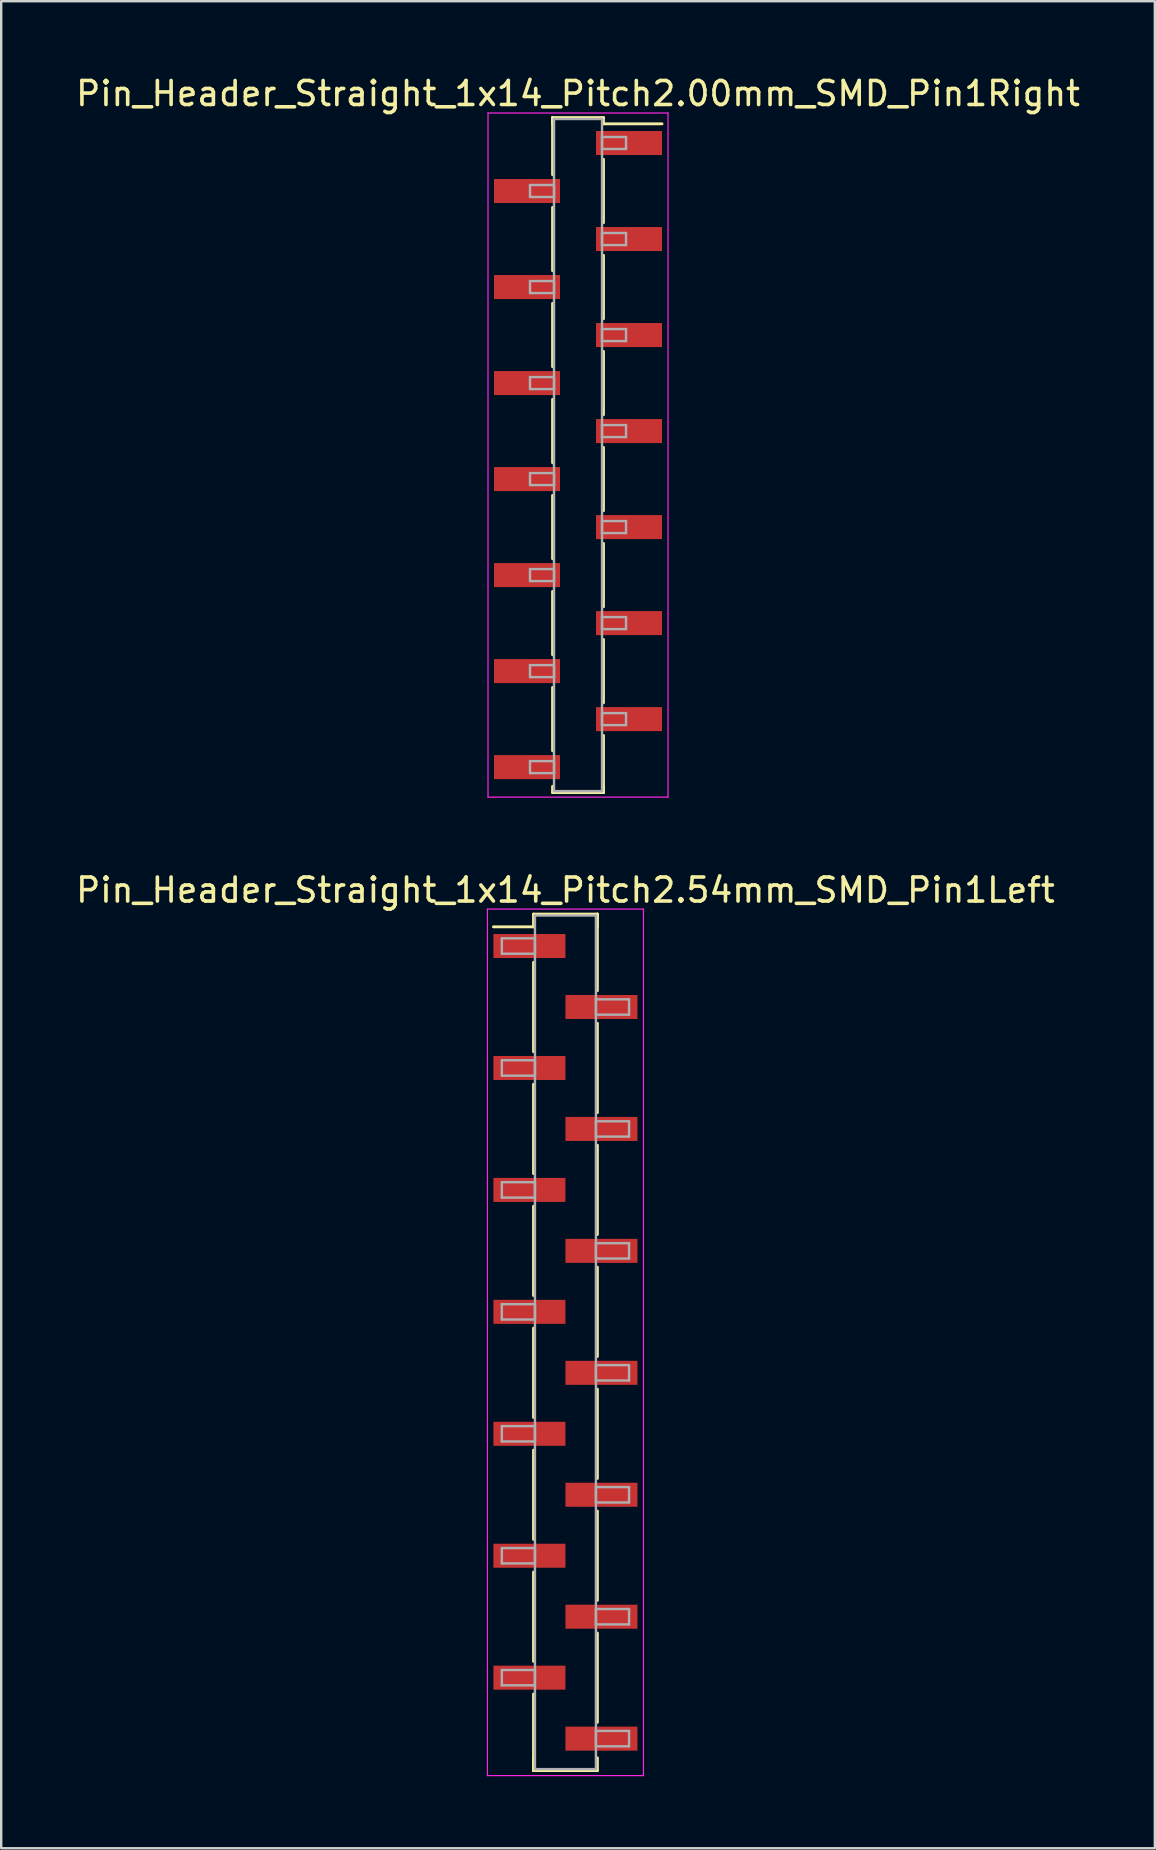
<source format=kicad_pcb>
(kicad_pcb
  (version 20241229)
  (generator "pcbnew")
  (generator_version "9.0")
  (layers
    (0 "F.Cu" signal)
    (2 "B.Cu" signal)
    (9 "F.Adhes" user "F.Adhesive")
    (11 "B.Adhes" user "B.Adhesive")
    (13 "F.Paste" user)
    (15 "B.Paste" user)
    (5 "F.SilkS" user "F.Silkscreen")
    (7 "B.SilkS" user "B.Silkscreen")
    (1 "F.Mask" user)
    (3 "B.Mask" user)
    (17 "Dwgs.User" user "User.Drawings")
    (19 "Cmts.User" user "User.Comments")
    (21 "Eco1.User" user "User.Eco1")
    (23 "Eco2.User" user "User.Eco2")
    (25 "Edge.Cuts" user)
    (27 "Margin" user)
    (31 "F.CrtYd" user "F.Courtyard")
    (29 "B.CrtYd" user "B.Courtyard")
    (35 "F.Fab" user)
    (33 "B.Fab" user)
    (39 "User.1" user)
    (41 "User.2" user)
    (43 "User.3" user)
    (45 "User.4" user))
  (footprint "Pin_Header_Straight_1x14_Pitch2.54mm_SMD_Pin1Left"
    (layer "F.Cu")
    (at 20.506 52.871)
    (property "Reference" "Pin_Header_Straight_1x14_Pitch2.54mm_SMD_Pin1Left" (at 0 -18.84 0) (layer "F.SilkS") (effects (font (size 1 1) (thickness 0.15))))
    (attr smd)
    (fp_line (start -1.33 -17.84) (end 1.33 -17.84) (stroke (width 0.12) (type solid)) (layer "F.SilkS"))
    (fp_line (start -1.33 -17.31) (end -3 -17.31) (stroke (width 0.12) (type solid)) (layer "F.SilkS"))
    (fp_line (start -1.33 -17.31) (end -1.33 -17.84) (stroke (width 0.12) (type solid)) (layer "F.SilkS"))
    (fp_line (start -1.33 -15.83) (end -1.33 -12.11) (stroke (width 0.12) (type solid)) (layer "F.SilkS"))
    (fp_line (start -1.33 -10.75) (end -1.33 -7.03) (stroke (width 0.12) (type solid)) (layer "F.SilkS"))
    (fp_line (start -1.33 -5.67) (end -1.33 -1.95) (stroke (width 0.12) (type solid)) (layer "F.SilkS"))
    (fp_line (start -1.33 -0.59) (end -1.33 3.13) (stroke (width 0.12) (type solid)) (layer "F.SilkS"))
    (fp_line (start -1.33 4.49) (end -1.33 8.21) (stroke (width 0.12) (type solid)) (layer "F.SilkS"))
    (fp_line (start -1.33 9.57) (end -1.33 13.29) (stroke (width 0.12) (type solid)) (layer "F.SilkS"))
    (fp_line (start -1.33 14.65) (end -1.33 17.84) (stroke (width 0.12) (type solid)) (layer "F.SilkS"))
    (fp_line (start -1.33 17.31) (end -1.33 17.84) (stroke (width 0.12) (type solid)) (layer "F.SilkS"))
    (fp_line (start -1.33 17.84) (end 1.33 17.84) (stroke (width 0.12) (type solid)) (layer "F.SilkS"))
    (fp_line (start 1.33 -17.84) (end 1.33 -17.31) (stroke (width 0.12) (type solid)) (layer "F.SilkS"))
    (fp_line (start 1.33 -17.84) (end 1.33 -14.65) (stroke (width 0.12) (type solid)) (layer "F.SilkS"))
    (fp_line (start 1.33 -13.29) (end 1.33 -9.57) (stroke (width 0.12) (type solid)) (layer "F.SilkS"))
    (fp_line (start 1.33 -8.21) (end 1.33 -4.49) (stroke (width 0.12) (type solid)) (layer "F.SilkS"))
    (fp_line (start 1.33 -3.13) (end 1.33 0.59) (stroke (width 0.12) (type solid)) (layer "F.SilkS"))
    (fp_line (start 1.33 1.95) (end 1.33 5.67) (stroke (width 0.12) (type solid)) (layer "F.SilkS"))
    (fp_line (start 1.33 7.03) (end 1.33 10.75) (stroke (width 0.12) (type solid)) (layer "F.SilkS"))
    (fp_line (start 1.33 12.11) (end 1.33 15.83) (stroke (width 0.12) (type solid)) (layer "F.SilkS"))
    (fp_line (start 1.33 17.84) (end 1.33 17.31) (stroke (width 0.12) (type solid)) (layer "F.SilkS"))
    (fp_line (start -3.25 -18.05) (end -3.25 18.05) (stroke (width 0.05) (type solid)) (layer "F.CrtYd"))
    (fp_line (start -3.25 18.05) (end 3.25 18.05) (stroke (width 0.05) (type solid)) (layer "F.CrtYd"))
    (fp_line (start 3.25 -18.05) (end -3.25 -18.05) (stroke (width 0.05) (type solid)) (layer "F.CrtYd"))
    (fp_line (start 3.25 18.05) (end 3.25 -18.05) (stroke (width 0.05) (type solid)) (layer "F.CrtYd"))
    (fp_line (start -2.65 -16.83) (end -1.27 -16.83) (stroke (width 0.1) (type solid)) (layer "F.Fab"))
    (fp_line (start -2.65 -16.19) (end -2.65 -16.83) (stroke (width 0.1) (type solid)) (layer "F.Fab"))
    (fp_line (start -2.65 -11.75) (end -1.27 -11.75) (stroke (width 0.1) (type solid)) (layer "F.Fab"))
    (fp_line (start -2.65 -11.11) (end -2.65 -11.75) (stroke (width 0.1) (type solid)) (layer "F.Fab"))
    (fp_line (start -2.65 -6.67) (end -1.27 -6.67) (stroke (width 0.1) (type solid)) (layer "F.Fab"))
    (fp_line (start -2.65 -6.03) (end -2.65 -6.67) (stroke (width 0.1) (type solid)) (layer "F.Fab"))
    (fp_line (start -2.65 -1.59) (end -1.27 -1.59) (stroke (width 0.1) (type solid)) (layer "F.Fab"))
    (fp_line (start -2.65 -0.95) (end -2.65 -1.59) (stroke (width 0.1) (type solid)) (layer "F.Fab"))
    (fp_line (start -2.65 3.49) (end -1.27 3.49) (stroke (width 0.1) (type solid)) (layer "F.Fab"))
    (fp_line (start -2.65 4.13) (end -2.65 3.49) (stroke (width 0.1) (type solid)) (layer "F.Fab"))
    (fp_line (start -2.65 8.57) (end -1.27 8.57) (stroke (width 0.1) (type solid)) (layer "F.Fab"))
    (fp_line (start -2.65 9.21) (end -2.65 8.57) (stroke (width 0.1) (type solid)) (layer "F.Fab"))
    (fp_line (start -2.65 13.65) (end -1.27 13.65) (stroke (width 0.1) (type solid)) (layer "F.Fab"))
    (fp_line (start -2.65 14.29) (end -2.65 13.65) (stroke (width 0.1) (type solid)) (layer "F.Fab"))
    (fp_line (start -1.27 -17.78) (end -1.27 17.78) (stroke (width 0.1) (type solid)) (layer "F.Fab"))
    (fp_line (start -1.27 -16.83) (end -1.27 -16.19) (stroke (width 0.1) (type solid)) (layer "F.Fab"))
    (fp_line (start -1.27 -16.19) (end -2.65 -16.19) (stroke (width 0.1) (type solid)) (layer "F.Fab"))
    (fp_line (start -1.27 -11.75) (end -1.27 -11.11) (stroke (width 0.1) (type solid)) (layer "F.Fab"))
    (fp_line (start -1.27 -11.11) (end -2.65 -11.11) (stroke (width 0.1) (type solid)) (layer "F.Fab"))
    (fp_line (start -1.27 -6.67) (end -1.27 -6.03) (stroke (width 0.1) (type solid)) (layer "F.Fab"))
    (fp_line (start -1.27 -6.03) (end -2.65 -6.03) (stroke (width 0.1) (type solid)) (layer "F.Fab"))
    (fp_line (start -1.27 -1.59) (end -1.27 -0.95) (stroke (width 0.1) (type solid)) (layer "F.Fab"))
    (fp_line (start -1.27 -0.95) (end -2.65 -0.95) (stroke (width 0.1) (type solid)) (layer "F.Fab"))
    (fp_line (start -1.27 3.49) (end -1.27 4.13) (stroke (width 0.1) (type solid)) (layer "F.Fab"))
    (fp_line (start -1.27 4.13) (end -2.65 4.13) (stroke (width 0.1) (type solid)) (layer "F.Fab"))
    (fp_line (start -1.27 8.57) (end -1.27 9.21) (stroke (width 0.1) (type solid)) (layer "F.Fab"))
    (fp_line (start -1.27 9.21) (end -2.65 9.21) (stroke (width 0.1) (type solid)) (layer "F.Fab"))
    (fp_line (start -1.27 13.65) (end -1.27 14.29) (stroke (width 0.1) (type solid)) (layer "F.Fab"))
    (fp_line (start -1.27 14.29) (end -2.65 14.29) (stroke (width 0.1) (type solid)) (layer "F.Fab"))
    (fp_line (start -1.27 17.78) (end 1.27 17.78) (stroke (width 0.1) (type solid)) (layer "F.Fab"))
    (fp_line (start 1.27 -17.78) (end -1.27 -17.78) (stroke (width 0.1) (type solid)) (layer "F.Fab"))
    (fp_line (start 1.27 -14.29) (end 1.27 -13.65) (stroke (width 0.1) (type solid)) (layer "F.Fab"))
    (fp_line (start 1.27 -13.65) (end 2.65 -13.65) (stroke (width 0.1) (type solid)) (layer "F.Fab"))
    (fp_line (start 1.27 -9.21) (end 1.27 -8.57) (stroke (width 0.1) (type solid)) (layer "F.Fab"))
    (fp_line (start 1.27 -8.57) (end 2.65 -8.57) (stroke (width 0.1) (type solid)) (layer "F.Fab"))
    (fp_line (start 1.27 -4.13) (end 1.27 -3.49) (stroke (width 0.1) (type solid)) (layer "F.Fab"))
    (fp_line (start 1.27 -3.49) (end 2.65 -3.49) (stroke (width 0.1) (type solid)) (layer "F.Fab"))
    (fp_line (start 1.27 0.95) (end 1.27 1.59) (stroke (width 0.1) (type solid)) (layer "F.Fab"))
    (fp_line (start 1.27 1.59) (end 2.65 1.59) (stroke (width 0.1) (type solid)) (layer "F.Fab"))
    (fp_line (start 1.27 6.03) (end 1.27 6.67) (stroke (width 0.1) (type solid)) (layer "F.Fab"))
    (fp_line (start 1.27 6.67) (end 2.65 6.67) (stroke (width 0.1) (type solid)) (layer "F.Fab"))
    (fp_line (start 1.27 11.11) (end 1.27 11.75) (stroke (width 0.1) (type solid)) (layer "F.Fab"))
    (fp_line (start 1.27 11.75) (end 2.65 11.75) (stroke (width 0.1) (type solid)) (layer "F.Fab"))
    (fp_line (start 1.27 16.19) (end 1.27 16.83) (stroke (width 0.1) (type solid)) (layer "F.Fab"))
    (fp_line (start 1.27 16.83) (end 2.65 16.83) (stroke (width 0.1) (type solid)) (layer "F.Fab"))
    (fp_line (start 1.27 17.78) (end 1.27 -17.78) (stroke (width 0.1) (type solid)) (layer "F.Fab"))
    (fp_line (start 2.65 -14.29) (end 1.27 -14.29) (stroke (width 0.1) (type solid)) (layer "F.Fab"))
    (fp_line (start 2.65 -13.65) (end 2.65 -14.29) (stroke (width 0.1) (type solid)) (layer "F.Fab"))
    (fp_line (start 2.65 -9.21) (end 1.27 -9.21) (stroke (width 0.1) (type solid)) (layer "F.Fab"))
    (fp_line (start 2.65 -8.57) (end 2.65 -9.21) (stroke (width 0.1) (type solid)) (layer "F.Fab"))
    (fp_line (start 2.65 -4.13) (end 1.27 -4.13) (stroke (width 0.1) (type solid)) (layer "F.Fab"))
    (fp_line (start 2.65 -3.49) (end 2.65 -4.13) (stroke (width 0.1) (type solid)) (layer "F.Fab"))
    (fp_line (start 2.65 0.95) (end 1.27 0.95) (stroke (width 0.1) (type solid)) (layer "F.Fab"))
    (fp_line (start 2.65 1.59) (end 2.65 0.95) (stroke (width 0.1) (type solid)) (layer "F.Fab"))
    (fp_line (start 2.65 6.03) (end 1.27 6.03) (stroke (width 0.1) (type solid)) (layer "F.Fab"))
    (fp_line (start 2.65 6.67) (end 2.65 6.03) (stroke (width 0.1) (type solid)) (layer "F.Fab"))
    (fp_line (start 2.65 11.11) (end 1.27 11.11) (stroke (width 0.1) (type solid)) (layer "F.Fab"))
    (fp_line (start 2.65 11.75) (end 2.65 11.11) (stroke (width 0.1) (type solid)) (layer "F.Fab"))
    (fp_line (start 2.65 16.19) (end 1.27 16.19) (stroke (width 0.1) (type solid)) (layer "F.Fab"))
    (fp_line (start 2.65 16.83) (end 2.65 16.19) (stroke (width 0.1) (type solid)) (layer "F.Fab"))
    (pad "1" smd rect (at -1.5 -16.51) (size 3 1) (layers "F.Cu" "F.Mask"))
    (pad "2" smd rect (at 1.5 -13.97) (size 3 1) (layers "F.Cu" "F.Mask"))
    (pad "3" smd rect (at -1.5 -11.43) (size 3 1) (layers "F.Cu" "F.Mask"))
    (pad "4" smd rect (at 1.5 -8.89) (size 3 1) (layers "F.Cu" "F.Mask"))
    (pad "5" smd rect (at -1.5 -6.35) (size 3 1) (layers "F.Cu" "F.Mask"))
    (pad "6" smd rect (at 1.5 -3.81) (size 3 1) (layers "F.Cu" "F.Mask"))
    (pad "7" smd rect (at -1.5 -1.27) (size 3 1) (layers "F.Cu" "F.Mask"))
    (pad "8" smd rect (at 1.5 1.27) (size 3 1) (layers "F.Cu" "F.Mask"))
    (pad "9" smd rect (at -1.5 3.81) (size 3 1) (layers "F.Cu" "F.Mask"))
    (pad "10" smd rect (at 1.5 6.35) (size 3 1) (layers "F.Cu" "F.Mask"))
    (pad "11" smd rect (at -1.5 8.89) (size 3 1) (layers "F.Cu" "F.Mask"))
    (pad "12" smd rect (at 1.5 11.43) (size 3 1) (layers "F.Cu" "F.Mask"))
    (pad "13" smd rect (at -1.5 13.97) (size 3 1) (layers "F.Cu" "F.Mask"))
    (pad "14" smd rect (at 1.5 16.51) (size 3 1) (layers "F.Cu" "F.Mask")))
  (footprint "Pin_Header_Straight_1x14_Pitch2.00mm_SMD_Pin1Right"
    (layer "F.Cu")
    (at 21.03 15.908)
    (property "Reference" "Pin_Header_Straight_1x14_Pitch2.00mm_SMD_Pin1Right" (at 0 -15.06 0) (layer "F.SilkS") (effects (font (size 1 1) (thickness 0.15))))
    (attr smd)
    (fp_line (start -1.06 -14.06) (end -1.06 -11.68) (stroke (width 0.12) (type solid)) (layer "F.SilkS"))
    (fp_line (start -1.06 -14.06) (end 1.06 -14.06) (stroke (width 0.12) (type solid)) (layer "F.SilkS"))
    (fp_line (start -1.06 -13.8) (end -1.06 -14.06) (stroke (width 0.12) (type solid)) (layer "F.SilkS"))
    (fp_line (start -1.06 -10.32) (end -1.06 -7.68) (stroke (width 0.12) (type solid)) (layer "F.SilkS"))
    (fp_line (start -1.06 -6.32) (end -1.06 -3.68) (stroke (width 0.12) (type solid)) (layer "F.SilkS"))
    (fp_line (start -1.06 -2.32) (end -1.06 0.32) (stroke (width 0.12) (type solid)) (layer "F.SilkS"))
    (fp_line (start -1.06 1.68) (end -1.06 4.32) (stroke (width 0.12) (type solid)) (layer "F.SilkS"))
    (fp_line (start -1.06 5.68) (end -1.06 8.32) (stroke (width 0.12) (type solid)) (layer "F.SilkS"))
    (fp_line (start -1.06 9.68) (end -1.06 12.32) (stroke (width 0.12) (type solid)) (layer "F.SilkS"))
    (fp_line (start -1.06 13.8) (end -1.06 14.06) (stroke (width 0.12) (type solid)) (layer "F.SilkS"))
    (fp_line (start -1.06 14.06) (end 1.06 14.06) (stroke (width 0.12) (type solid)) (layer "F.SilkS"))
    (fp_line (start 1.06 -14.06) (end 1.06 -13.8) (stroke (width 0.12) (type solid)) (layer "F.SilkS"))
    (fp_line (start 1.06 -13.8) (end 3.5 -13.8) (stroke (width 0.12) (type solid)) (layer "F.SilkS"))
    (fp_line (start 1.06 -12.32) (end 1.06 -9.68) (stroke (width 0.12) (type solid)) (layer "F.SilkS"))
    (fp_line (start 1.06 -8.32) (end 1.06 -5.68) (stroke (width 0.12) (type solid)) (layer "F.SilkS"))
    (fp_line (start 1.06 -4.32) (end 1.06 -1.68) (stroke (width 0.12) (type solid)) (layer "F.SilkS"))
    (fp_line (start 1.06 -0.32) (end 1.06 2.32) (stroke (width 0.12) (type solid)) (layer "F.SilkS"))
    (fp_line (start 1.06 3.68) (end 1.06 6.32) (stroke (width 0.12) (type solid)) (layer "F.SilkS"))
    (fp_line (start 1.06 7.68) (end 1.06 10.32) (stroke (width 0.12) (type solid)) (layer "F.SilkS"))
    (fp_line (start 1.06 11.68) (end 1.06 14.06) (stroke (width 0.12) (type solid)) (layer "F.SilkS"))
    (fp_line (start 1.06 14.06) (end 1.06 13.8) (stroke (width 0.12) (type solid)) (layer "F.SilkS"))
    (fp_line (start -3.75 -14.25) (end -3.75 14.25) (stroke (width 0.05) (type solid)) (layer "F.CrtYd"))
    (fp_line (start -3.75 14.25) (end 3.75 14.25) (stroke (width 0.05) (type solid)) (layer "F.CrtYd"))
    (fp_line (start 3.75 -14.25) (end -3.75 -14.25) (stroke (width 0.05) (type solid)) (layer "F.CrtYd"))
    (fp_line (start 3.75 14.25) (end 3.75 -14.25) (stroke (width 0.05) (type solid)) (layer "F.CrtYd"))
    (fp_line (start -2 -11.25) (end -1 -11.25) (stroke (width 0.1) (type solid)) (layer "F.Fab"))
    (fp_line (start -2 -10.75) (end -2 -11.25) (stroke (width 0.1) (type solid)) (layer "F.Fab"))
    (fp_line (start -2 -7.25) (end -1 -7.25) (stroke (width 0.1) (type solid)) (layer "F.Fab"))
    (fp_line (start -2 -6.75) (end -2 -7.25) (stroke (width 0.1) (type solid)) (layer "F.Fab"))
    (fp_line (start -2 -3.25) (end -1 -3.25) (stroke (width 0.1) (type solid)) (layer "F.Fab"))
    (fp_line (start -2 -2.75) (end -2 -3.25) (stroke (width 0.1) (type solid)) (layer "F.Fab"))
    (fp_line (start -2 0.75) (end -1 0.75) (stroke (width 0.1) (type solid)) (layer "F.Fab"))
    (fp_line (start -2 1.25) (end -2 0.75) (stroke (width 0.1) (type solid)) (layer "F.Fab"))
    (fp_line (start -2 4.75) (end -1 4.75) (stroke (width 0.1) (type solid)) (layer "F.Fab"))
    (fp_line (start -2 5.25) (end -2 4.75) (stroke (width 0.1) (type solid)) (layer "F.Fab"))
    (fp_line (start -2 8.75) (end -1 8.75) (stroke (width 0.1) (type solid)) (layer "F.Fab"))
    (fp_line (start -2 9.25) (end -2 8.75) (stroke (width 0.1) (type solid)) (layer "F.Fab"))
    (fp_line (start -2 12.75) (end -1 12.75) (stroke (width 0.1) (type solid)) (layer "F.Fab"))
    (fp_line (start -2 13.25) (end -2 12.75) (stroke (width 0.1) (type solid)) (layer "F.Fab"))
    (fp_line (start -1 -14) (end -1 14) (stroke (width 0.1) (type solid)) (layer "F.Fab"))
    (fp_line (start -1 -11.25) (end -1 -10.75) (stroke (width 0.1) (type solid)) (layer "F.Fab"))
    (fp_line (start -1 -10.75) (end -2 -10.75) (stroke (width 0.1) (type solid)) (layer "F.Fab"))
    (fp_line (start -1 -7.25) (end -1 -6.75) (stroke (width 0.1) (type solid)) (layer "F.Fab"))
    (fp_line (start -1 -6.75) (end -2 -6.75) (stroke (width 0.1) (type solid)) (layer "F.Fab"))
    (fp_line (start -1 -3.25) (end -1 -2.75) (stroke (width 0.1) (type solid)) (layer "F.Fab"))
    (fp_line (start -1 -2.75) (end -2 -2.75) (stroke (width 0.1) (type solid)) (layer "F.Fab"))
    (fp_line (start -1 0.75) (end -1 1.25) (stroke (width 0.1) (type solid)) (layer "F.Fab"))
    (fp_line (start -1 1.25) (end -2 1.25) (stroke (width 0.1) (type solid)) (layer "F.Fab"))
    (fp_line (start -1 4.75) (end -1 5.25) (stroke (width 0.1) (type solid)) (layer "F.Fab"))
    (fp_line (start -1 5.25) (end -2 5.25) (stroke (width 0.1) (type solid)) (layer "F.Fab"))
    (fp_line (start -1 8.75) (end -1 9.25) (stroke (width 0.1) (type solid)) (layer "F.Fab"))
    (fp_line (start -1 9.25) (end -2 9.25) (stroke (width 0.1) (type solid)) (layer "F.Fab"))
    (fp_line (start -1 12.75) (end -1 13.25) (stroke (width 0.1) (type solid)) (layer "F.Fab"))
    (fp_line (start -1 13.25) (end -2 13.25) (stroke (width 0.1) (type solid)) (layer "F.Fab"))
    (fp_line (start -1 14) (end 1 14) (stroke (width 0.1) (type solid)) (layer "F.Fab"))
    (fp_line (start 1 -14) (end -1 -14) (stroke (width 0.1) (type solid)) (layer "F.Fab"))
    (fp_line (start 1 -13.25) (end 1 -12.75) (stroke (width 0.1) (type solid)) (layer "F.Fab"))
    (fp_line (start 1 -12.75) (end 2 -12.75) (stroke (width 0.1) (type solid)) (layer "F.Fab"))
    (fp_line (start 1 -9.25) (end 1 -8.75) (stroke (width 0.1) (type solid)) (layer "F.Fab"))
    (fp_line (start 1 -8.75) (end 2 -8.75) (stroke (width 0.1) (type solid)) (layer "F.Fab"))
    (fp_line (start 1 -5.25) (end 1 -4.75) (stroke (width 0.1) (type solid)) (layer "F.Fab"))
    (fp_line (start 1 -4.75) (end 2 -4.75) (stroke (width 0.1) (type solid)) (layer "F.Fab"))
    (fp_line (start 1 -1.25) (end 1 -0.75) (stroke (width 0.1) (type solid)) (layer "F.Fab"))
    (fp_line (start 1 -0.75) (end 2 -0.75) (stroke (width 0.1) (type solid)) (layer "F.Fab"))
    (fp_line (start 1 2.75) (end 1 3.25) (stroke (width 0.1) (type solid)) (layer "F.Fab"))
    (fp_line (start 1 3.25) (end 2 3.25) (stroke (width 0.1) (type solid)) (layer "F.Fab"))
    (fp_line (start 1 6.75) (end 1 7.25) (stroke (width 0.1) (type solid)) (layer "F.Fab"))
    (fp_line (start 1 7.25) (end 2 7.25) (stroke (width 0.1) (type solid)) (layer "F.Fab"))
    (fp_line (start 1 10.75) (end 1 11.25) (stroke (width 0.1) (type solid)) (layer "F.Fab"))
    (fp_line (start 1 11.25) (end 2 11.25) (stroke (width 0.1) (type solid)) (layer "F.Fab"))
    (fp_line (start 1 14) (end 1 -14) (stroke (width 0.1) (type solid)) (layer "F.Fab"))
    (fp_line (start 2 -13.25) (end 1 -13.25) (stroke (width 0.1) (type solid)) (layer "F.Fab"))
    (fp_line (start 2 -12.75) (end 2 -13.25) (stroke (width 0.1) (type solid)) (layer "F.Fab"))
    (fp_line (start 2 -9.25) (end 1 -9.25) (stroke (width 0.1) (type solid)) (layer "F.Fab"))
    (fp_line (start 2 -8.75) (end 2 -9.25) (stroke (width 0.1) (type solid)) (layer "F.Fab"))
    (fp_line (start 2 -5.25) (end 1 -5.25) (stroke (width 0.1) (type solid)) (layer "F.Fab"))
    (fp_line (start 2 -4.75) (end 2 -5.25) (stroke (width 0.1) (type solid)) (layer "F.Fab"))
    (fp_line (start 2 -1.25) (end 1 -1.25) (stroke (width 0.1) (type solid)) (layer "F.Fab"))
    (fp_line (start 2 -0.75) (end 2 -1.25) (stroke (width 0.1) (type solid)) (layer "F.Fab"))
    (fp_line (start 2 2.75) (end 1 2.75) (stroke (width 0.1) (type solid)) (layer "F.Fab"))
    (fp_line (start 2 3.25) (end 2 2.75) (stroke (width 0.1) (type solid)) (layer "F.Fab"))
    (fp_line (start 2 6.75) (end 1 6.75) (stroke (width 0.1) (type solid)) (layer "F.Fab"))
    (fp_line (start 2 7.25) (end 2 6.75) (stroke (width 0.1) (type solid)) (layer "F.Fab"))
    (fp_line (start 2 10.75) (end 1 10.75) (stroke (width 0.1) (type solid)) (layer "F.Fab"))
    (fp_line (start 2 11.25) (end 2 10.75) (stroke (width 0.1) (type solid)) (layer "F.Fab"))
    (pad "1" smd rect (at 2.125 -13) (size 2.75 1) (layers "F.Cu" "F.Mask"))
    (pad "2" smd rect (at -2.125 -11) (size 2.75 1) (layers "F.Cu" "F.Mask"))
    (pad "3" smd rect (at 2.125 -9) (size 2.75 1) (layers "F.Cu" "F.Mask"))
    (pad "4" smd rect (at -2.125 -7) (size 2.75 1) (layers "F.Cu" "F.Mask"))
    (pad "5" smd rect (at 2.125 -5) (size 2.75 1) (layers "F.Cu" "F.Mask"))
    (pad "6" smd rect (at -2.125 -3) (size 2.75 1) (layers "F.Cu" "F.Mask"))
    (pad "7" smd rect (at 2.125 -1) (size 2.75 1) (layers "F.Cu" "F.Mask"))
    (pad "8" smd rect (at -2.125 1) (size 2.75 1) (layers "F.Cu" "F.Mask"))
    (pad "9" smd rect (at 2.125 3) (size 2.75 1) (layers "F.Cu" "F.Mask"))
    (pad "10" smd rect (at -2.125 5) (size 2.75 1) (layers "F.Cu" "F.Mask"))
    (pad "11" smd rect (at 2.125 7) (size 2.75 1) (layers "F.Cu" "F.Mask"))
    (pad "12" smd rect (at -2.125 9) (size 2.75 1) (layers "F.Cu" "F.Mask"))
    (pad "13" smd rect (at 2.125 11) (size 2.75 1) (layers "F.Cu" "F.Mask"))
    (pad "14" smd rect (at -2.125 13) (size 2.75 1) (layers "F.Cu" "F.Mask")))
  (gr_rect
    (start -3 -3)
    (end 45.06 73.947)
    (stroke (width 0.1) (type default))
    (fill no)
    (layer "Edge.Cuts")))
</source>
